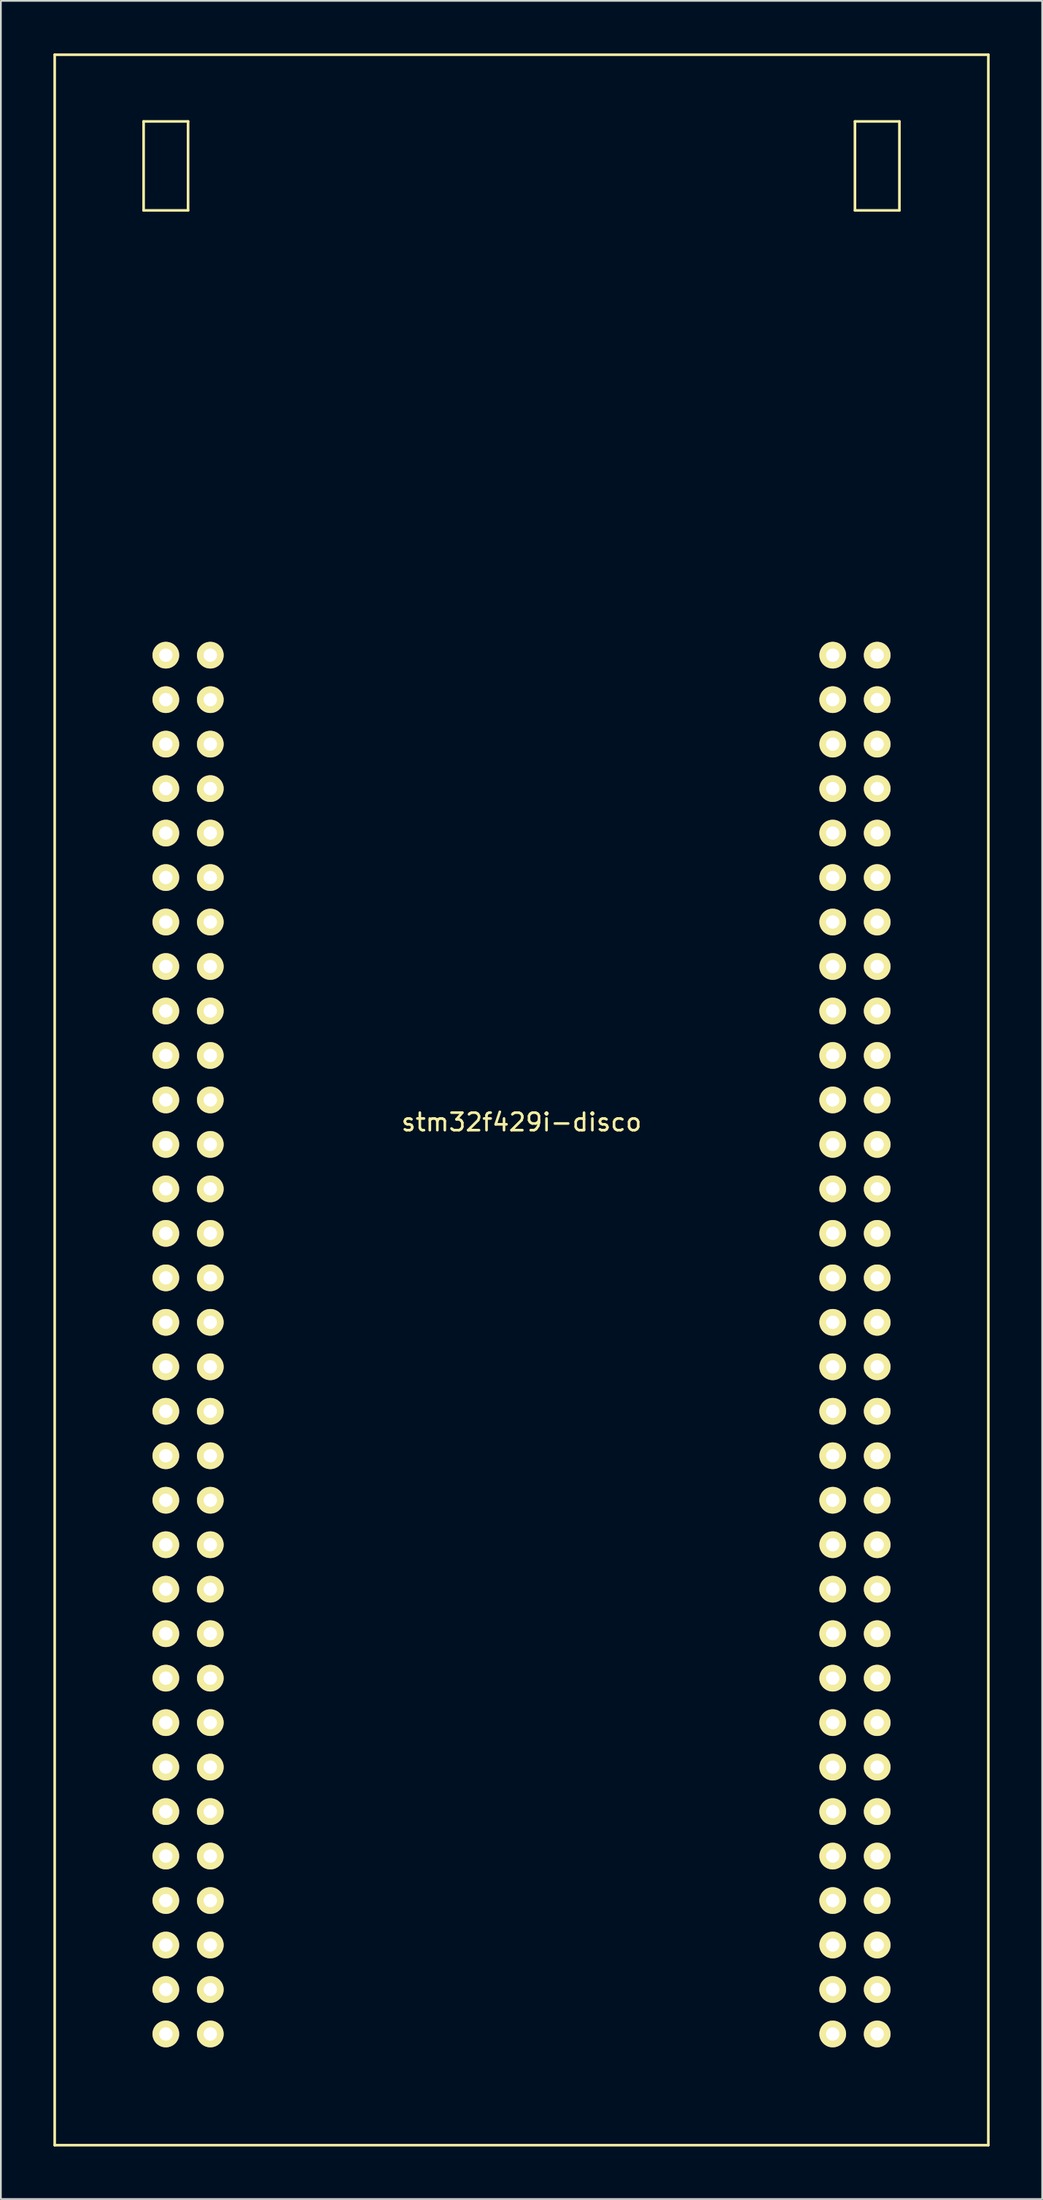
<source format=kicad_pcb>
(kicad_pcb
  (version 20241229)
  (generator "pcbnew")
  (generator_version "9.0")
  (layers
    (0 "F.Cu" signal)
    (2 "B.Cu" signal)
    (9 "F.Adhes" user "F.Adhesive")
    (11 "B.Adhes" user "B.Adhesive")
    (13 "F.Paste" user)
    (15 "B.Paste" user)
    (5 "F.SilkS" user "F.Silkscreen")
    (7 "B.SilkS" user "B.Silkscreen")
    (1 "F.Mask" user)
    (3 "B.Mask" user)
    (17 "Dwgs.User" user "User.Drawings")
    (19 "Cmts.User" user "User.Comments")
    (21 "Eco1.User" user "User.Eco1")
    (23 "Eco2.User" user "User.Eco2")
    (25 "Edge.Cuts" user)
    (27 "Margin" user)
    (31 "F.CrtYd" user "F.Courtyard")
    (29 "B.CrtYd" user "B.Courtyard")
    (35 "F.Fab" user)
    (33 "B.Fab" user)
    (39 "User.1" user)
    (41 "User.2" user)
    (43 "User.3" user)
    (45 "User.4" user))
  (footprint "stm32f429i-disco"
    (layer "F.Cu")
    (at 26.745 59.765)
    (property "Reference" "stm32f429i-disco" (at 0 1.27 0) (layer "F.SilkS") (effects (font (size 1 1) (thickness 0.15))))
    (attr through_hole)
    (fp_line (start -26.67 -59.69) (end 26.67 -59.69) (stroke (width 0.15) (type solid)) (layer "F.SilkS"))
    (fp_line (start -26.67 59.69) (end -26.67 -59.69) (stroke (width 0.15) (type solid)) (layer "F.SilkS"))
    (fp_line (start -21.59 -55.88) (end -19.05 -55.88) (stroke (width 0.15) (type solid)) (layer "F.SilkS"))
    (fp_line (start -21.59 -50.8) (end -21.59 -55.88) (stroke (width 0.15) (type solid)) (layer "F.SilkS"))
    (fp_line (start -19.05 -55.88) (end -19.05 -50.8) (stroke (width 0.15) (type solid)) (layer "F.SilkS"))
    (fp_line (start -19.05 -50.8) (end -21.59 -50.8) (stroke (width 0.15) (type solid)) (layer "F.SilkS"))
    (fp_line (start 19.05 -55.88) (end 21.59 -55.88) (stroke (width 0.15) (type solid)) (layer "F.SilkS"))
    (fp_line (start 19.05 -50.8) (end 19.05 -55.88) (stroke (width 0.15) (type solid)) (layer "F.SilkS"))
    (fp_line (start 21.59 -55.88) (end 21.59 -50.8) (stroke (width 0.15) (type solid)) (layer "F.SilkS"))
    (fp_line (start 21.59 -50.8) (end 19.05 -50.8) (stroke (width 0.15) (type solid)) (layer "F.SilkS"))
    (fp_line (start 26.67 -59.69) (end 26.67 59.69) (stroke (width 0.15) (type solid)) (layer "F.SilkS"))
    (fp_line (start 26.67 59.69) (end -26.67 59.69) (stroke (width 0.15) (type solid)) (layer "F.SilkS"))
    (pad "1" thru_hole circle (at -20.32 -25.4) (size 1.524 1.524) (drill 0.762) (layers "*.Cu" "*.Mask" "F.SilkS"))
    (pad "2" thru_hole circle (at -17.78 -25.4) (size 1.524 1.524) (drill 0.762) (layers "*.Cu" "*.Mask" "F.SilkS"))
    (pad "3" thru_hole circle (at -20.32 -22.86) (size 1.524 1.524) (drill 0.762) (layers "*.Cu" "*.Mask" "F.SilkS"))
    (pad "4" thru_hole circle (at -17.78 -22.86) (size 1.524 1.524) (drill 0.762) (layers "*.Cu" "*.Mask" "F.SilkS"))
    (pad "5" thru_hole circle (at -20.32 -20.32) (size 1.524 1.524) (drill 0.762) (layers "*.Cu" "*.Mask" "F.SilkS"))
    (pad "6" thru_hole circle (at -17.78 -20.32) (size 1.524 1.524) (drill 0.762) (layers "*.Cu" "*.Mask" "F.SilkS"))
    (pad "7" thru_hole circle (at -20.32 -17.78) (size 1.524 1.524) (drill 0.762) (layers "*.Cu" "*.Mask" "F.SilkS"))
    (pad "8" thru_hole circle (at -17.78 -17.78) (size 1.524 1.524) (drill 0.762) (layers "*.Cu" "*.Mask" "F.SilkS"))
    (pad "9" thru_hole circle (at -20.32 -15.24) (size 1.524 1.524) (drill 0.762) (layers "*.Cu" "*.Mask" "F.SilkS"))
    (pad "10" thru_hole circle (at -17.78 -15.24) (size 1.524 1.524) (drill 0.762) (layers "*.Cu" "*.Mask" "F.SilkS"))
    (pad "11" thru_hole circle (at -20.32 -12.7) (size 1.524 1.524) (drill 0.762) (layers "*.Cu" "*.Mask" "F.SilkS"))
    (pad "12" thru_hole circle (at -17.78 -12.7) (size 1.524 1.524) (drill 0.762) (layers "*.Cu" "*.Mask" "F.SilkS"))
    (pad "13" thru_hole circle (at -20.32 -10.16) (size 1.524 1.524) (drill 0.762) (layers "*.Cu" "*.Mask" "F.SilkS"))
    (pad "14" thru_hole circle (at -17.78 -10.16) (size 1.524 1.524) (drill 0.762) (layers "*.Cu" "*.Mask" "F.SilkS"))
    (pad "15" thru_hole circle (at -20.32 -7.62) (size 1.524 1.524) (drill 0.762) (layers "*.Cu" "*.Mask" "F.SilkS"))
    (pad "16" thru_hole circle (at -17.78 -7.62) (size 1.524 1.524) (drill 0.762) (layers "*.Cu" "*.Mask" "F.SilkS"))
    (pad "17" thru_hole circle (at -20.32 -5.08) (size 1.524 1.524) (drill 0.762) (layers "*.Cu" "*.Mask" "F.SilkS"))
    (pad "18" thru_hole circle (at -17.78 -5.08) (size 1.524 1.524) (drill 0.762) (layers "*.Cu" "*.Mask" "F.SilkS"))
    (pad "19" thru_hole circle (at -20.32 -2.54) (size 1.524 1.524) (drill 0.762) (layers "*.Cu" "*.Mask" "F.SilkS"))
    (pad "20" thru_hole circle (at -17.78 -2.54) (size 1.524 1.524) (drill 0.762) (layers "*.Cu" "*.Mask" "F.SilkS"))
    (pad "21" thru_hole circle (at -20.32 0) (size 1.524 1.524) (drill 0.762) (layers "*.Cu" "*.Mask" "F.SilkS"))
    (pad "22" thru_hole circle (at -17.78 0) (size 1.524 1.524) (drill 0.762) (layers "*.Cu" "*.Mask" "F.SilkS"))
    (pad "23" thru_hole circle (at -20.32 2.54) (size 1.524 1.524) (drill 0.762) (layers "*.Cu" "*.Mask" "F.SilkS"))
    (pad "24" thru_hole circle (at -17.78 2.54) (size 1.524 1.524) (drill 0.762) (layers "*.Cu" "*.Mask" "F.SilkS"))
    (pad "25" thru_hole circle (at -20.32 5.08) (size 1.524 1.524) (drill 0.762) (layers "*.Cu" "*.Mask" "F.SilkS"))
    (pad "26" thru_hole circle (at -17.78 5.08) (size 1.524 1.524) (drill 0.762) (layers "*.Cu" "*.Mask" "F.SilkS"))
    (pad "27" thru_hole circle (at -20.32 7.62) (size 1.524 1.524) (drill 0.762) (layers "*.Cu" "*.Mask" "F.SilkS"))
    (pad "28" thru_hole circle (at -17.78 7.62) (size 1.524 1.524) (drill 0.762) (layers "*.Cu" "*.Mask" "F.SilkS"))
    (pad "29" thru_hole circle (at -20.32 10.16) (size 1.524 1.524) (drill 0.762) (layers "*.Cu" "*.Mask" "F.SilkS"))
    (pad "30" thru_hole circle (at -17.78 10.16) (size 1.524 1.524) (drill 0.762) (layers "*.Cu" "*.Mask" "F.SilkS"))
    (pad "31" thru_hole circle (at -20.32 12.7) (size 1.524 1.524) (drill 0.762) (layers "*.Cu" "*.Mask" "F.SilkS"))
    (pad "32" thru_hole circle (at -17.78 12.7) (size 1.524 1.524) (drill 0.762) (layers "*.Cu" "*.Mask" "F.SilkS"))
    (pad "33" thru_hole circle (at -20.32 15.24) (size 1.524 1.524) (drill 0.762) (layers "*.Cu" "*.Mask" "F.SilkS"))
    (pad "34" thru_hole circle (at -17.78 15.24) (size 1.524 1.524) (drill 0.762) (layers "*.Cu" "*.Mask" "F.SilkS"))
    (pad "35" thru_hole circle (at -20.32 17.78) (size 1.524 1.524) (drill 0.762) (layers "*.Cu" "*.Mask" "F.SilkS"))
    (pad "36" thru_hole circle (at -17.78 17.78) (size 1.524 1.524) (drill 0.762) (layers "*.Cu" "*.Mask" "F.SilkS"))
    (pad "37" thru_hole circle (at -20.32 20.32) (size 1.524 1.524) (drill 0.762) (layers "*.Cu" "*.Mask" "F.SilkS"))
    (pad "38" thru_hole circle (at -17.78 20.32) (size 1.524 1.524) (drill 0.762) (layers "*.Cu" "*.Mask" "F.SilkS"))
    (pad "39" thru_hole circle (at -20.32 22.86) (size 1.524 1.524) (drill 0.762) (layers "*.Cu" "*.Mask" "F.SilkS"))
    (pad "40" thru_hole circle (at -17.78 22.86) (size 1.524 1.524) (drill 0.762) (layers "*.Cu" "*.Mask" "F.SilkS"))
    (pad "41" thru_hole circle (at -20.32 25.4) (size 1.524 1.524) (drill 0.762) (layers "*.Cu" "*.Mask" "F.SilkS"))
    (pad "42" thru_hole circle (at -17.78 25.4) (size 1.524 1.524) (drill 0.762) (layers "*.Cu" "*.Mask" "F.SilkS"))
    (pad "43" thru_hole circle (at -20.32 27.94) (size 1.524 1.524) (drill 0.762) (layers "*.Cu" "*.Mask" "F.SilkS"))
    (pad "44" thru_hole circle (at -17.78 27.94) (size 1.524 1.524) (drill 0.762) (layers "*.Cu" "*.Mask" "F.SilkS"))
    (pad "45" thru_hole circle (at -20.32 30.48) (size 1.524 1.524) (drill 0.762) (layers "*.Cu" "*.Mask" "F.SilkS"))
    (pad "46" thru_hole circle (at -17.78 30.48) (size 1.524 1.524) (drill 0.762) (layers "*.Cu" "*.Mask" "F.SilkS"))
    (pad "47" thru_hole circle (at -20.32 33.02) (size 1.524 1.524) (drill 0.762) (layers "*.Cu" "*.Mask" "F.SilkS"))
    (pad "48" thru_hole circle (at -17.78 33.02) (size 1.524 1.524) (drill 0.762) (layers "*.Cu" "*.Mask" "F.SilkS"))
    (pad "49" thru_hole circle (at -20.32 35.56) (size 1.524 1.524) (drill 0.762) (layers "*.Cu" "*.Mask" "F.SilkS"))
    (pad "50" thru_hole circle (at -17.78 35.56) (size 1.524 1.524) (drill 0.762) (layers "*.Cu" "*.Mask" "F.SilkS"))
    (pad "51" thru_hole circle (at -20.32 38.1) (size 1.524 1.524) (drill 0.762) (layers "*.Cu" "*.Mask" "F.SilkS"))
    (pad "52" thru_hole circle (at -17.78 38.1) (size 1.524 1.524) (drill 0.762) (layers "*.Cu" "*.Mask" "F.SilkS"))
    (pad "53" thru_hole circle (at -20.32 40.64) (size 1.524 1.524) (drill 0.762) (layers "*.Cu" "*.Mask" "F.SilkS"))
    (pad "54" thru_hole circle (at -17.78 40.64) (size 1.524 1.524) (drill 0.762) (layers "*.Cu" "*.Mask" "F.SilkS"))
    (pad "55" thru_hole circle (at -20.32 43.18) (size 1.524 1.524) (drill 0.762) (layers "*.Cu" "*.Mask" "F.SilkS"))
    (pad "56" thru_hole circle (at -17.78 43.18) (size 1.524 1.524) (drill 0.762) (layers "*.Cu" "*.Mask" "F.SilkS"))
    (pad "57" thru_hole circle (at -20.32 45.72) (size 1.524 1.524) (drill 0.762) (layers "*.Cu" "*.Mask" "F.SilkS"))
    (pad "58" thru_hole circle (at -17.78 45.72) (size 1.524 1.524) (drill 0.762) (layers "*.Cu" "*.Mask" "F.SilkS"))
    (pad "59" thru_hole circle (at -20.32 48.26) (size 1.524 1.524) (drill 0.762) (layers "*.Cu" "*.Mask" "F.SilkS"))
    (pad "60" thru_hole circle (at -17.78 48.26) (size 1.524 1.524) (drill 0.762) (layers "*.Cu" "*.Mask" "F.SilkS"))
    (pad "61" thru_hole circle (at -20.32 50.8) (size 1.524 1.524) (drill 0.762) (layers "*.Cu" "*.Mask" "F.SilkS"))
    (pad "62" thru_hole circle (at -17.78 50.8) (size 1.524 1.524) (drill 0.762) (layers "*.Cu" "*.Mask" "F.SilkS"))
    (pad "63" thru_hole circle (at -20.32 53.34) (size 1.524 1.524) (drill 0.762) (layers "*.Cu" "*.Mask" "F.SilkS"))
    (pad "64" thru_hole circle (at -17.78 53.34) (size 1.524 1.524) (drill 0.762) (layers "*.Cu" "*.Mask" "F.SilkS"))
    (pad "65" thru_hole circle (at 17.78 -25.4) (size 1.524 1.524) (drill 0.762) (layers "*.Cu" "*.Mask" "F.SilkS"))
    (pad "66" thru_hole circle (at 20.32 -25.4) (size 1.524 1.524) (drill 0.762) (layers "*.Cu" "*.Mask" "F.SilkS"))
    (pad "67" thru_hole circle (at 17.78 -22.86) (size 1.524 1.524) (drill 0.762) (layers "*.Cu" "*.Mask" "F.SilkS"))
    (pad "68" thru_hole circle (at 20.32 -22.86) (size 1.524 1.524) (drill 0.762) (layers "*.Cu" "*.Mask" "F.SilkS"))
    (pad "69" thru_hole circle (at 17.78 -20.32) (size 1.524 1.524) (drill 0.762) (layers "*.Cu" "*.Mask" "F.SilkS"))
    (pad "70" thru_hole circle (at 20.32 -20.32) (size 1.524 1.524) (drill 0.762) (layers "*.Cu" "*.Mask" "F.SilkS"))
    (pad "71" thru_hole circle (at 17.78 -17.78) (size 1.524 1.524) (drill 0.762) (layers "*.Cu" "*.Mask" "F.SilkS"))
    (pad "72" thru_hole circle (at 20.32 -17.78) (size 1.524 1.524) (drill 0.762) (layers "*.Cu" "*.Mask" "F.SilkS"))
    (pad "73" thru_hole circle (at 17.78 -15.24) (size 1.524 1.524) (drill 0.762) (layers "*.Cu" "*.Mask" "F.SilkS"))
    (pad "74" thru_hole circle (at 20.32 -15.24) (size 1.524 1.524) (drill 0.762) (layers "*.Cu" "*.Mask" "F.SilkS"))
    (pad "75" thru_hole circle (at 17.78 -12.7) (size 1.524 1.524) (drill 0.762) (layers "*.Cu" "*.Mask" "F.SilkS"))
    (pad "76" thru_hole circle (at 20.32 -12.7) (size 1.524 1.524) (drill 0.762) (layers "*.Cu" "*.Mask" "F.SilkS"))
    (pad "77" thru_hole circle (at 17.78 -10.16) (size 1.524 1.524) (drill 0.762) (layers "*.Cu" "*.Mask" "F.SilkS"))
    (pad "78" thru_hole circle (at 20.32 -10.16) (size 1.524 1.524) (drill 0.762) (layers "*.Cu" "*.Mask" "F.SilkS"))
    (pad "79" thru_hole circle (at 17.78 -7.62) (size 1.524 1.524) (drill 0.762) (layers "*.Cu" "*.Mask" "F.SilkS"))
    (pad "80" thru_hole circle (at 20.32 -7.62) (size 1.524 1.524) (drill 0.762) (layers "*.Cu" "*.Mask" "F.SilkS"))
    (pad "81" thru_hole circle (at 17.78 -5.08) (size 1.524 1.524) (drill 0.762) (layers "*.Cu" "*.Mask" "F.SilkS"))
    (pad "82" thru_hole circle (at 20.32 -5.08) (size 1.524 1.524) (drill 0.762) (layers "*.Cu" "*.Mask" "F.SilkS"))
    (pad "83" thru_hole circle (at 17.78 -2.54) (size 1.524 1.524) (drill 0.762) (layers "*.Cu" "*.Mask" "F.SilkS"))
    (pad "84" thru_hole circle (at 20.32 -2.54) (size 1.524 1.524) (drill 0.762) (layers "*.Cu" "*.Mask" "F.SilkS"))
    (pad "85" thru_hole circle (at 17.78 0) (size 1.524 1.524) (drill 0.762) (layers "*.Cu" "*.Mask" "F.SilkS"))
    (pad "86" thru_hole circle (at 20.32 0) (size 1.524 1.524) (drill 0.762) (layers "*.Cu" "*.Mask" "F.SilkS"))
    (pad "87" thru_hole circle (at 17.78 2.54) (size 1.524 1.524) (drill 0.762) (layers "*.Cu" "*.Mask" "F.SilkS"))
    (pad "88" thru_hole circle (at 20.32 2.54) (size 1.524 1.524) (drill 0.762) (layers "*.Cu" "*.Mask" "F.SilkS"))
    (pad "89" thru_hole circle (at 17.78 5.08) (size 1.524 1.524) (drill 0.762) (layers "*.Cu" "*.Mask" "F.SilkS"))
    (pad "90" thru_hole circle (at 20.32 5.08) (size 1.524 1.524) (drill 0.762) (layers "*.Cu" "*.Mask" "F.SilkS"))
    (pad "91" thru_hole circle (at 17.78 7.62) (size 1.524 1.524) (drill 0.762) (layers "*.Cu" "*.Mask" "F.SilkS"))
    (pad "92" thru_hole circle (at 20.32 7.62) (size 1.524 1.524) (drill 0.762) (layers "*.Cu" "*.Mask" "F.SilkS"))
    (pad "93" thru_hole circle (at 17.78 10.16) (size 1.524 1.524) (drill 0.762) (layers "*.Cu" "*.Mask" "F.SilkS"))
    (pad "94" thru_hole circle (at 20.32 10.16) (size 1.524 1.524) (drill 0.762) (layers "*.Cu" "*.Mask" "F.SilkS"))
    (pad "95" thru_hole circle (at 17.78 12.7) (size 1.524 1.524) (drill 0.762) (layers "*.Cu" "*.Mask" "F.SilkS"))
    (pad "96" thru_hole circle (at 20.32 12.7) (size 1.524 1.524) (drill 0.762) (layers "*.Cu" "*.Mask" "F.SilkS"))
    (pad "97" thru_hole circle (at 17.78 15.24) (size 1.524 1.524) (drill 0.762) (layers "*.Cu" "*.Mask" "F.SilkS"))
    (pad "98" thru_hole circle (at 20.32 15.24) (size 1.524 1.524) (drill 0.762) (layers "*.Cu" "*.Mask" "F.SilkS"))
    (pad "99" thru_hole circle (at 17.78 17.78) (size 1.524 1.524) (drill 0.762) (layers "*.Cu" "*.Mask" "F.SilkS"))
    (pad "100" thru_hole circle (at 20.32 17.78) (size 1.524 1.524) (drill 0.762) (layers "*.Cu" "*.Mask" "F.SilkS"))
    (pad "101" thru_hole circle (at 17.78 20.32) (size 1.524 1.524) (drill 0.762) (layers "*.Cu" "*.Mask" "F.SilkS"))
    (pad "102" thru_hole circle (at 20.32 20.32) (size 1.524 1.524) (drill 0.762) (layers "*.Cu" "*.Mask" "F.SilkS"))
    (pad "103" thru_hole circle (at 17.78 22.86) (size 1.524 1.524) (drill 0.762) (layers "*.Cu" "*.Mask" "F.SilkS"))
    (pad "104" thru_hole circle (at 20.32 22.86) (size 1.524 1.524) (drill 0.762) (layers "*.Cu" "*.Mask" "F.SilkS"))
    (pad "105" thru_hole circle (at 17.78 25.4) (size 1.524 1.524) (drill 0.762) (layers "*.Cu" "*.Mask" "F.SilkS"))
    (pad "106" thru_hole circle (at 20.32 25.4) (size 1.524 1.524) (drill 0.762) (layers "*.Cu" "*.Mask" "F.SilkS"))
    (pad "107" thru_hole circle (at 17.78 27.94) (size 1.524 1.524) (drill 0.762) (layers "*.Cu" "*.Mask" "F.SilkS"))
    (pad "108" thru_hole circle (at 20.32 27.94) (size 1.524 1.524) (drill 0.762) (layers "*.Cu" "*.Mask" "F.SilkS"))
    (pad "109" thru_hole circle (at 17.78 30.48) (size 1.524 1.524) (drill 0.762) (layers "*.Cu" "*.Mask" "F.SilkS"))
    (pad "110" thru_hole circle (at 20.32 30.48) (size 1.524 1.524) (drill 0.762) (layers "*.Cu" "*.Mask" "F.SilkS"))
    (pad "111" thru_hole circle (at 17.78 33.02) (size 1.524 1.524) (drill 0.762) (layers "*.Cu" "*.Mask" "F.SilkS"))
    (pad "112" thru_hole circle (at 20.32 33.02) (size 1.524 1.524) (drill 0.762) (layers "*.Cu" "*.Mask" "F.SilkS"))
    (pad "113" thru_hole circle (at 17.78 35.56) (size 1.524 1.524) (drill 0.762) (layers "*.Cu" "*.Mask" "F.SilkS"))
    (pad "114" thru_hole circle (at 20.32 35.56) (size 1.524 1.524) (drill 0.762) (layers "*.Cu" "*.Mask" "F.SilkS"))
    (pad "115" thru_hole circle (at 17.78 38.1) (size 1.524 1.524) (drill 0.762) (layers "*.Cu" "*.Mask" "F.SilkS"))
    (pad "116" thru_hole circle (at 20.32 38.1) (size 1.524 1.524) (drill 0.762) (layers "*.Cu" "*.Mask" "F.SilkS"))
    (pad "117" thru_hole circle (at 17.78 40.64) (size 1.524 1.524) (drill 0.762) (layers "*.Cu" "*.Mask" "F.SilkS"))
    (pad "118" thru_hole circle (at 20.32 40.64) (size 1.524 1.524) (drill 0.762) (layers "*.Cu" "*.Mask" "F.SilkS"))
    (pad "119" thru_hole circle (at 17.78 43.18) (size 1.524 1.524) (drill 0.762) (layers "*.Cu" "*.Mask" "F.SilkS"))
    (pad "120" thru_hole circle (at 20.32 43.18) (size 1.524 1.524) (drill 0.762) (layers "*.Cu" "*.Mask" "F.SilkS"))
    (pad "121" thru_hole circle (at 17.78 45.72) (size 1.524 1.524) (drill 0.762) (layers "*.Cu" "*.Mask" "F.SilkS"))
    (pad "122" thru_hole circle (at 20.32 45.72) (size 1.524 1.524) (drill 0.762) (layers "*.Cu" "*.Mask" "F.SilkS"))
    (pad "123" thru_hole circle (at 17.78 48.26) (size 1.524 1.524) (drill 0.762) (layers "*.Cu" "*.Mask" "F.SilkS"))
    (pad "124" thru_hole circle (at 20.32 48.26) (size 1.524 1.524) (drill 0.762) (layers "*.Cu" "*.Mask" "F.SilkS"))
    (pad "125" thru_hole circle (at 17.78 50.8) (size 1.524 1.524) (drill 0.762) (layers "*.Cu" "*.Mask" "F.SilkS"))
    (pad "126" thru_hole circle (at 20.32 50.8) (size 1.524 1.524) (drill 0.762) (layers "*.Cu" "*.Mask" "F.SilkS"))
    (pad "127" thru_hole circle (at 17.78 53.34) (size 1.524 1.524) (drill 0.762) (layers "*.Cu" "*.Mask" "F.SilkS"))
    (pad "128" thru_hole circle (at 20.32 53.34) (size 1.524 1.524) (drill 0.762) (layers "*.Cu" "*.Mask" "F.SilkS")))
  (gr_rect
    (start -3 -3)
    (end 56.49 122.53)
    (stroke (width 0.1) (type default))
    (fill no)
    (layer "Edge.Cuts")))
</source>
